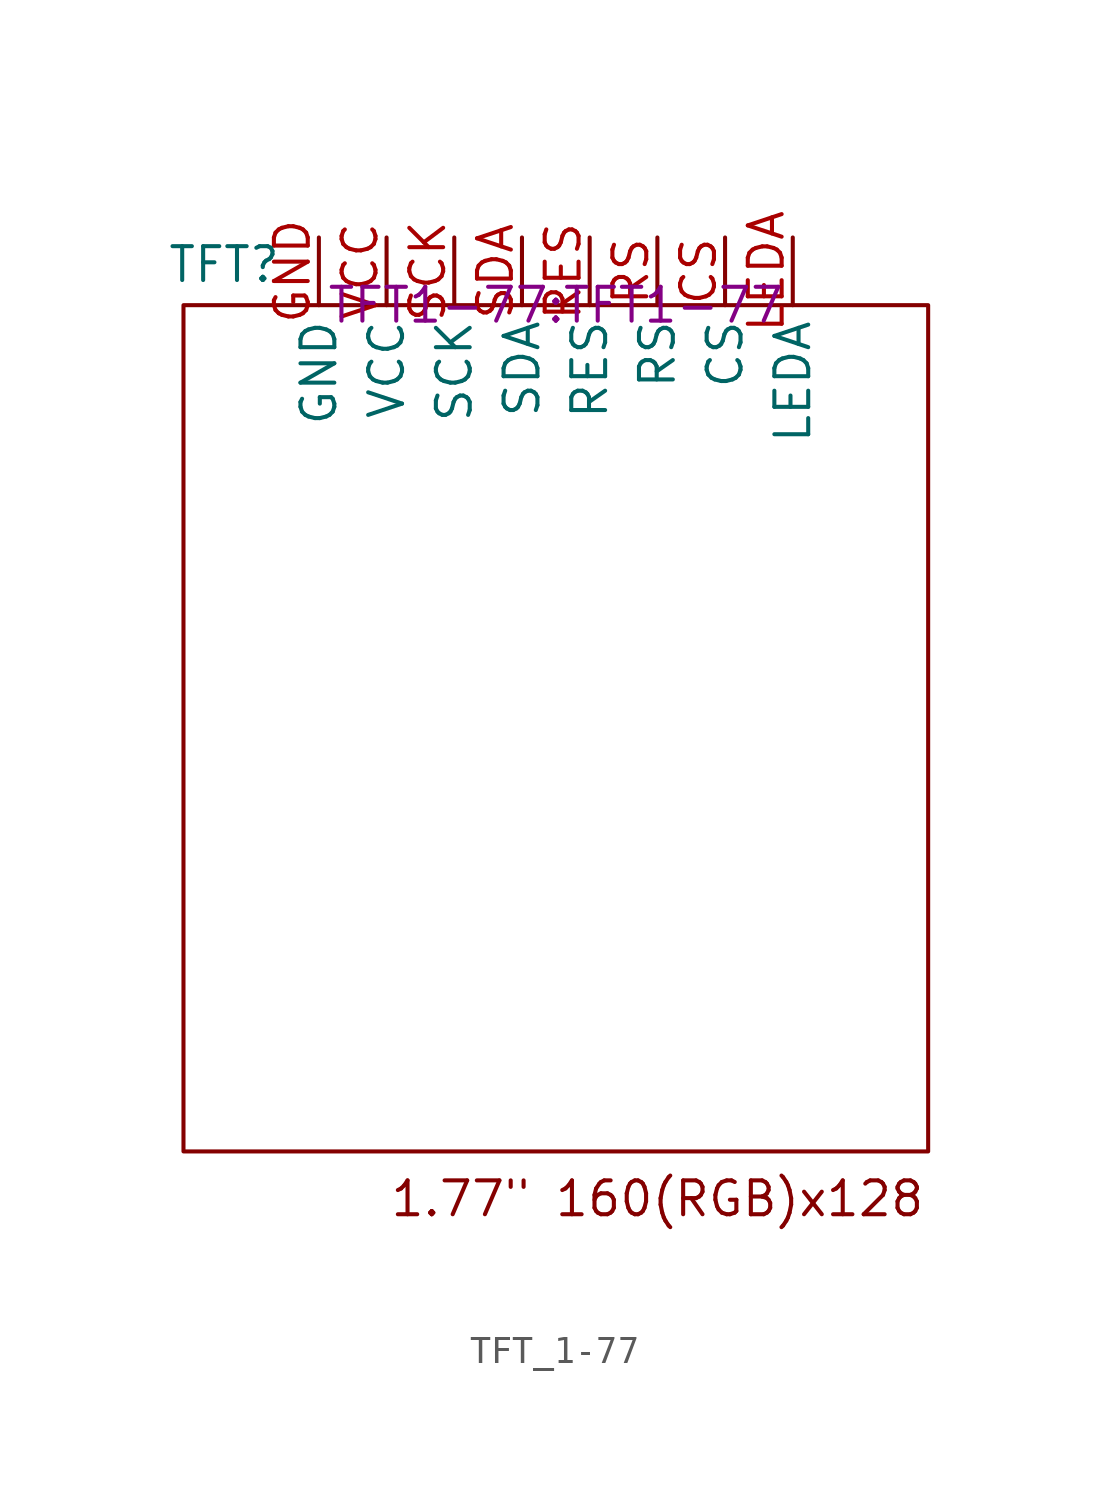
<source format=kicad_sym>
(kicad_symbol_lib
  (version 20231120)
  (generator "kicad_symbol_editor")
  (generator_version "8.0")
  (symbol "TFT_1-77"
    (property "Reference" "TFT"
      (at -12.446 18.034 0)
      (effects (font (size 1.27 1.27))))
    (property "Value" ""
      (at 0 16.51 0)
      (effects (font (size 1.27 1.27))))
    (property "Footprint" "TFT1-77:TFT1-77"
      (at 0 16.51 0)
      (effects (font (size 1.27 1.27))))
    (symbol "TFT_1-77_0_1"
      (rectangle (start 13.97 16.51) (end -13.97 -15.24) (stroke (width 0) (type default)) (fill (type none))))
    (symbol "TFT_1-77_1_1"
      (text "1.77\" 160(RGB)x128" (at 3.81 -17.018 0) (effects (font (size 1.27 1.27))))
      (pin bidirectional line (at 6.35 19.05 270) (length 2.54) (name "CS" (effects (font (size 1.27 1.27)))) (number "CS" (effects (font (size 1.27 1.27)))))
      (pin input line (at -8.89 19.05 270) (length 2.54) (name "GND" (effects (font (size 1.27 1.27)))) (number "GND" (effects (font (size 1.27 1.27)))))
      (pin bidirectional line (at 8.89 19.05 270) (length 2.54) (name "LEDA" (effects (font (size 1.27 1.27)))) (number "LEDA" (effects (font (size 1.27 1.27)))))
      (pin bidirectional line (at 1.27 19.05 270) (length 2.54) (name "RES" (effects (font (size 1.27 1.27)))) (number "RES" (effects (font (size 1.27 1.27)))))
      (pin bidirectional line (at 3.81 19.05 270) (length 2.54) (name "RS" (effects (font (size 1.27 1.27)))) (number "RS" (effects (font (size 1.27 1.27)))))
      (pin bidirectional line (at -3.81 19.05 270) (length 2.54) (name "SCK" (effects (font (size 1.27 1.27)))) (number "SCK" (effects (font (size 1.27 1.27)))))
      (pin bidirectional line (at -1.27 19.05 270) (length 2.54) (name "SDA" (effects (font (size 1.27 1.27)))) (number "SDA" (effects (font (size 1.27 1.27)))))
      (pin input line (at -6.35 19.05 270) (length 2.54) (name "VCC" (effects (font (size 1.27 1.27)))) (number "VCC" (effects (font (size 1.27 1.27))))))))
</source>
